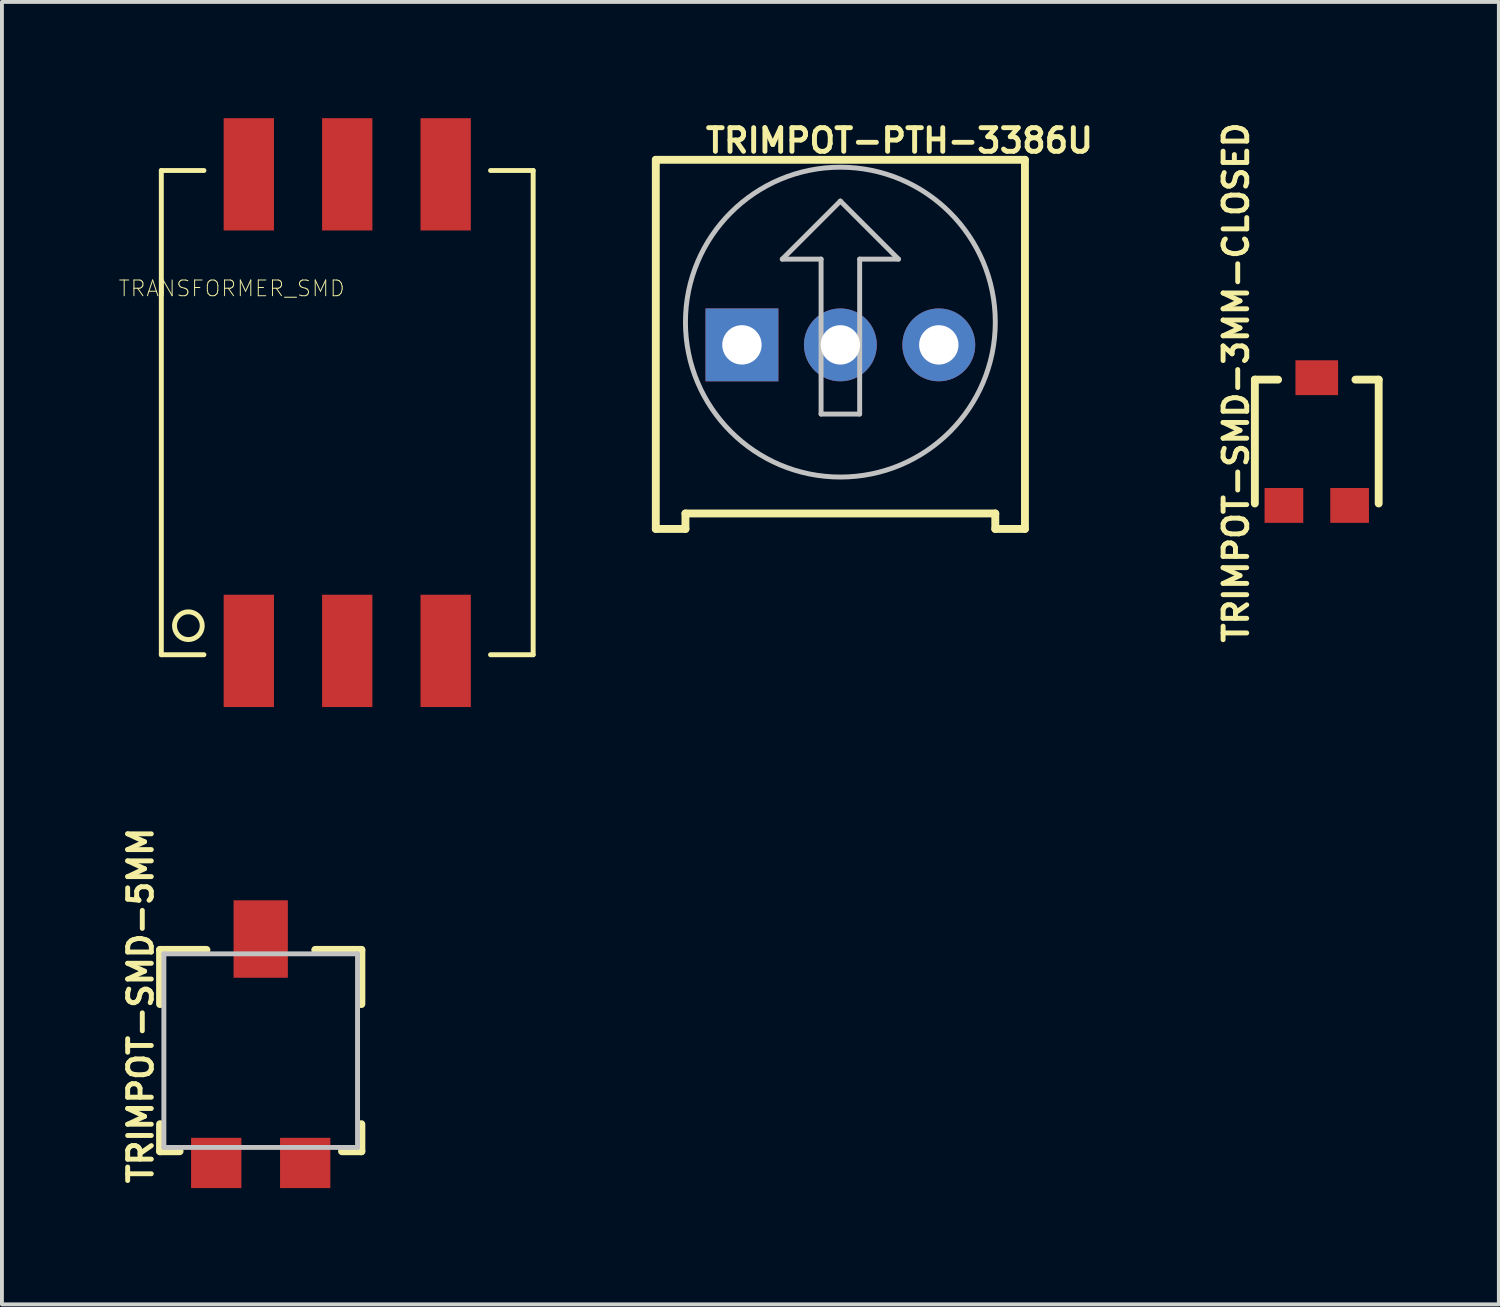
<source format=kicad_pcb>
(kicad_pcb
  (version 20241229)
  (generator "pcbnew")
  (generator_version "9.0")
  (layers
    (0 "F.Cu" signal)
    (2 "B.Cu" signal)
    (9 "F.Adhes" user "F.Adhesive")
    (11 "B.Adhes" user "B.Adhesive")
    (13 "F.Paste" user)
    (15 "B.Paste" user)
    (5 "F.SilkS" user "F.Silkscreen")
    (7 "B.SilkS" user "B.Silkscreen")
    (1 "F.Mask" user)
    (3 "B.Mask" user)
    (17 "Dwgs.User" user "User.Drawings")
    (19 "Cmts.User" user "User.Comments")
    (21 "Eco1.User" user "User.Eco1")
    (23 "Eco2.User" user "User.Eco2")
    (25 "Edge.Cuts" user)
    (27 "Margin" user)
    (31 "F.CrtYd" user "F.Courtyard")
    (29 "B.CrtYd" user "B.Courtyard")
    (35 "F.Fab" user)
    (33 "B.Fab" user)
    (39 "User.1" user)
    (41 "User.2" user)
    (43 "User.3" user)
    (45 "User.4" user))
  (footprint "TRIMPOT-PTH-3386U"
    (layer "F.Cu")
    (at 18.637 5.837)
    (property "Reference" "TRIMPOT-PTH-3386U" (at 1.524 -5.258 0) (layer "F.SilkS") (effects (font (size 0.61 0.61) (thickness 0.127))))
    (attr exclude_from_pos_files exclude_from_bom)
    (fp_line (start -4.763 -4.763) (end -4.763 4.763) (stroke (width 0.203) (type solid)) (layer "F.SilkS"))
    (fp_line (start -4.763 4.763) (end -3.998 4.763) (stroke (width 0.203) (type solid)) (layer "F.SilkS"))
    (fp_line (start -3.998 4.364) (end 3.998 4.364) (stroke (width 0.203) (type solid)) (layer "F.SilkS"))
    (fp_line (start -3.998 4.763) (end -3.998 4.364) (stroke (width 0.203) (type solid)) (layer "F.SilkS"))
    (fp_line (start 3.998 4.364) (end 3.998 4.763) (stroke (width 0.203) (type solid)) (layer "F.SilkS"))
    (fp_line (start 3.998 4.763) (end 4.763 4.763) (stroke (width 0.203) (type solid)) (layer "F.SilkS"))
    (fp_line (start 4.763 -4.763) (end -4.763 -4.763) (stroke (width 0.203) (type solid)) (layer "F.SilkS"))
    (fp_line (start 4.763 4.763) (end 4.763 -4.763) (stroke (width 0.203) (type solid)) (layer "F.SilkS"))
    (fp_line (start -1.499 -2.2) (end -0.498 -2.2) (stroke (width 0.127) (type solid)) (layer "Dwgs.User"))
    (fp_line (start -0.498 -2.2) (end -0.498 1.798) (stroke (width 0.127) (type solid)) (layer "Dwgs.User"))
    (fp_line (start -0.498 1.798) (end 0.498 1.798) (stroke (width 0.127) (type solid)) (layer "Dwgs.User"))
    (fp_line (start 0 -3.698) (end -1.499 -2.2) (stroke (width 0.127) (type solid)) (layer "Dwgs.User"))
    (fp_line (start 0.498 -2.2) (end 1.499 -2.2) (stroke (width 0.127) (type solid)) (layer "Dwgs.User"))
    (fp_line (start 0.498 1.798) (end 0.498 -2.2) (stroke (width 0.127) (type solid)) (layer "Dwgs.User"))
    (fp_line (start 1.499 -2.2) (end 0 -3.698) (stroke (width 0.127) (type solid)) (layer "Dwgs.User"))
    (fp_circle (center 0 -0.574) (end 0 -4.572) (stroke (width 0.127) (type solid)) (fill no) (layer "Dwgs.User"))
    (pad "1" thru_hole rect (at -2.54 0.013) (size 1.88 1.88) (drill 1.016) (layers "*.Cu" "*.Paste" "*.Mask"))
    (pad "2" thru_hole circle (at 0 0.013) (size 1.88 1.88) (drill 1.016) (layers "*.Cu" "*.Paste" "*.Mask"))
    (pad "3" thru_hole circle (at 2.54 0.013) (size 1.88 1.88) (drill 1.016) (layers "*.Cu" "*.Paste" "*.Mask")))
  (footprint "TRANSFORMER_SMD"
    (layer "F.Cu")
    (at 5.911 7.598)
    (property "Reference" "TRANSFORMER_SMD" (at -2.982 -3.203 0) (layer "F.SilkS") (effects (font (size 0.406 0.406) (thickness 0.025))))
    (attr smd)
    (fp_line (start -4.798 -6.248) (end -4.798 6.248) (stroke (width 0.127) (type solid)) (layer "F.SilkS"))
    (fp_line (start -4.798 -6.248) (end -3.698 -6.248) (stroke (width 0.127) (type solid)) (layer "F.SilkS"))
    (fp_line (start -4.798 6.248) (end -3.698 6.248) (stroke (width 0.127) (type solid)) (layer "F.SilkS"))
    (fp_line (start 3.698 -6.248) (end 4.798 -6.248) (stroke (width 0.127) (type solid)) (layer "F.SilkS"))
    (fp_line (start 3.698 6.248) (end 4.798 6.248) (stroke (width 0.127) (type solid)) (layer "F.SilkS"))
    (fp_line (start 4.798 6.248) (end 4.798 -6.248) (stroke (width 0.127) (type solid)) (layer "F.SilkS"))
    (fp_circle (center -4.1 5.499) (end -4.1 5.141) (stroke (width 0.127) (type solid)) (fill no) (layer "F.SilkS"))
    (pad "1" smd rect (at -2.54 6.149 90) (size 2.898 1.298) (layers "F.Cu" "F.Mask" "F.Paste"))
    (pad "2" smd rect (at 0 6.149 90) (size 2.898 1.298) (layers "F.Cu" "F.Mask" "F.Paste"))
    (pad "3" smd rect (at 2.54 6.149 90) (size 2.898 1.298) (layers "F.Cu" "F.Mask" "F.Paste"))
    (pad "4" smd rect (at 2.54 -6.149 90) (size 2.898 1.298) (layers "F.Cu" "F.Mask" "F.Paste"))
    (pad "5" smd rect (at 0 -6.149 90) (size 2.898 1.298) (layers "F.Cu" "F.Mask" "F.Paste"))
    (pad "6" smd rect (at -2.54 -6.149 90) (size 2.898 1.298) (layers "F.Cu" "F.Mask" "F.Paste")))
  (footprint "TRIMPOT-SMD-5MM"
    (layer "F.Cu")
    (at 3.678 24.422)
    (property "Reference" "TRIMPOT-SMD-5MM" (at -3.099 -1.524 90) (layer "F.SilkS") (effects (font (size 0.61 0.61) (thickness 0.127))))
    (attr smd)
    (fp_line (start -2.598 -2.959) (end -2.598 -1.56) (stroke (width 0.203) (type solid)) (layer "F.SilkS"))
    (fp_line (start -2.598 2.238) (end -2.598 1.539) (stroke (width 0.203) (type solid)) (layer "F.SilkS"))
    (fp_line (start -2.093 2.238) (end -2.598 2.238) (stroke (width 0.203) (type solid)) (layer "F.SilkS"))
    (fp_line (start -1.4 -2.959) (end -2.598 -2.959) (stroke (width 0.203) (type solid)) (layer "F.SilkS"))
    (fp_line (start 1.407 -2.959) (end 2.598 -2.959) (stroke (width 0.203) (type solid)) (layer "F.SilkS"))
    (fp_line (start 2.098 2.238) (end 2.598 2.238) (stroke (width 0.203) (type solid)) (layer "F.SilkS"))
    (fp_line (start 2.598 -2.959) (end 2.598 -1.56) (stroke (width 0.203) (type solid)) (layer "F.SilkS"))
    (fp_line (start 2.598 2.238) (end 2.598 1.539) (stroke (width 0.203) (type solid)) (layer "F.SilkS"))
    (fp_line (start -2.499 -2.857) (end 2.499 -2.857) (stroke (width 0.127) (type solid)) (layer "Dwgs.User"))
    (fp_line (start -2.499 2.139) (end -2.499 -2.857) (stroke (width 0.127) (type solid)) (layer "Dwgs.User"))
    (fp_line (start 2.499 -2.857) (end 2.499 2.139) (stroke (width 0.127) (type solid)) (layer "Dwgs.User"))
    (fp_line (start 2.499 2.139) (end -2.499 2.139) (stroke (width 0.127) (type solid)) (layer "Dwgs.User"))
    (pad "A" smd rect (at 1.148 2.54) (size 1.298 1.298) (layers "F.Cu" "F.Mask" "F.Paste"))
    (pad "B" smd rect (at 0 -3.239 270) (size 1.999 1.4) (layers "F.Cu" "F.Mask" "F.Paste"))
    (pad "C" smd rect (at -1.148 2.54) (size 1.298 1.298) (layers "F.Cu" "F.Mask" "F.Paste")))
  (footprint "TRIMPOT-SMD-3MM-CLOSED"
    (layer "F.Cu")
    (at 30.931 8.345)
    (property "Reference" "TRIMPOT-SMD-3MM-CLOSED" (at -2.083 -1.524 90) (layer "F.SilkS") (effects (font (size 0.61 0.61) (thickness 0.127))))
    (attr smd)
    (fp_line (start -1.598 -1.598) (end -1.598 1.598) (stroke (width 0.203) (type solid)) (layer "F.SilkS"))
    (fp_line (start -0.998 -1.598) (end -1.598 -1.598) (stroke (width 0.203) (type solid)) (layer "F.SilkS"))
    (fp_line (start 0.998 -1.598) (end 1.598 -1.598) (stroke (width 0.203) (type solid)) (layer "F.SilkS"))
    (fp_line (start 1.598 -1.598) (end 1.598 1.598) (stroke (width 0.203) (type solid)) (layer "F.SilkS"))
    (pad "1" smd rect (at -0.848 1.648) (size 0.998 0.899) (layers "F.Cu" "F.Mask" "F.Paste"))
    (pad "2" smd rect (at 0 -1.648) (size 1.1 0.899) (layers "F.Cu" "F.Mask" "F.Paste"))
    (pad "3" smd rect (at 0.848 1.648) (size 0.998 0.899) (layers "F.Cu" "F.Mask" "F.Paste")))
  (gr_rect
    (start -3 -3)
    (end 35.63 30.611)
    (stroke (width 0.1) (type default))
    (fill no)
    (layer "Edge.Cuts")))
</source>
